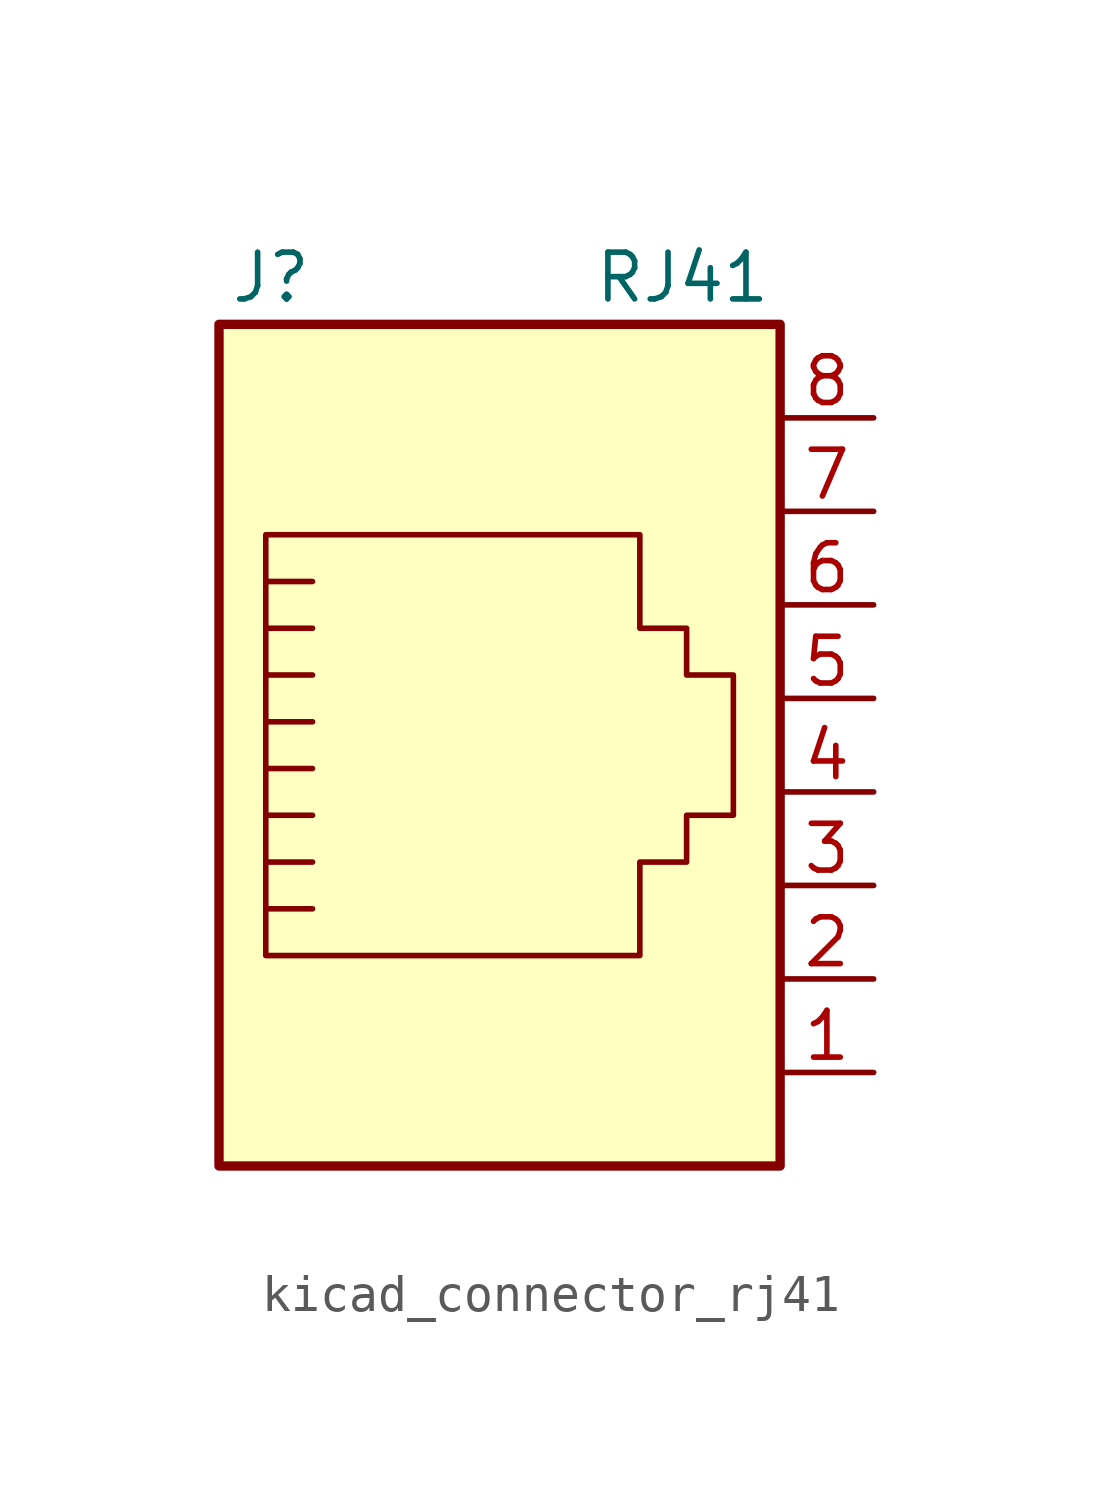
<source format=kicad_sym>
(kicad_symbol_lib
  (version 20220914)
  (generator kicad_symbol_editor)
  (symbol "kicad_connector_rj41"
    (pin_names
      (offset 1.016))
    (property "Reference" "J"
      (at -5.08 13.97 0)
      (effects (font (size 1.27 1.27)) (justify right)))
    (property "Value" "RJ41"
      (at 2.54 13.97 0)
      (effects (font (size 1.27 1.27)) (justify left)))
    (symbol "kicad_connector_rj41_0_1"
      (polyline (pts (xy -5.08 4.445) (xy -6.35 4.445)) (stroke (width 0) (type default)) (fill (type none)))
      (polyline (pts (xy -5.08 5.715) (xy -6.35 5.715)) (stroke (width 0) (type default)) (fill (type none)))
      (polyline (pts (xy -6.35 -3.175) (xy -5.08 -3.175) (xy -5.08 -3.175)) (stroke (width 0) (type default)) (fill (type none)))
      (polyline (pts (xy -6.35 -1.905) (xy -5.08 -1.905) (xy -5.08 -1.905)) (stroke (width 0) (type default)) (fill (type none)))
      (polyline (pts (xy -6.35 -0.635) (xy -5.08 -0.635) (xy -5.08 -0.635)) (stroke (width 0) (type default)) (fill (type none)))
      (polyline (pts (xy -6.35 0.635) (xy -5.08 0.635) (xy -5.08 0.635)) (stroke (width 0) (type default)) (fill (type none)))
      (polyline (pts (xy -6.35 1.905) (xy -5.08 1.905) (xy -5.08 1.905)) (stroke (width 0) (type default)) (fill (type none)))
      (polyline (pts (xy -5.08 3.175) (xy -6.35 3.175) (xy -6.35 3.175)) (stroke (width 0) (type default)) (fill (type none)))
      (polyline (pts (xy -6.35 -4.445) (xy -6.35 6.985) (xy 3.81 6.985) (xy 3.81 4.445) (xy 5.08 4.445) (xy 5.08 3.175) (xy 6.35 3.175) (xy 6.35 -0.635) (xy 5.08 -0.635) (xy 5.08 -1.905) (xy 3.81 -1.905) (xy 3.81 -4.445) (xy -6.35 -4.445) (xy -6.35 -4.445)) (stroke (width 0) (type default)) (fill (type none)))
      (rectangle (start 7.62 12.7) (end -7.62 -10.16) (stroke (width 0.254) (type default)) (fill (type background))))
    (symbol "kicad_connector_rj41_1_1"
      (pin passive line (at 10.16 -7.62 180) (length 2.54) (name "~" (effects (font (size 1.27 1.27)))) (number "1" (effects (font (size 1.27 1.27)))))
      (pin passive line (at 10.16 -5.08 180) (length 2.54) (name "~" (effects (font (size 1.27 1.27)))) (number "2" (effects (font (size 1.27 1.27)))))
      (pin passive line (at 10.16 -2.54 180) (length 2.54) (name "~" (effects (font (size 1.27 1.27)))) (number "3" (effects (font (size 1.27 1.27)))))
      (pin passive line (at 10.16 0 180) (length 2.54) (name "~" (effects (font (size 1.27 1.27)))) (number "4" (effects (font (size 1.27 1.27)))))
      (pin passive line (at 10.16 2.54 180) (length 2.54) (name "~" (effects (font (size 1.27 1.27)))) (number "5" (effects (font (size 1.27 1.27)))))
      (pin passive line (at 10.16 5.08 180) (length 2.54) (name "~" (effects (font (size 1.27 1.27)))) (number "6" (effects (font (size 1.27 1.27)))))
      (pin passive line (at 10.16 7.62 180) (length 2.54) (name "~" (effects (font (size 1.27 1.27)))) (number "7" (effects (font (size 1.27 1.27)))))
      (pin passive line (at 10.16 10.16 180) (length 2.54) (name "~" (effects (font (size 1.27 1.27)))) (number "8" (effects (font (size 1.27 1.27))))))))
</source>
